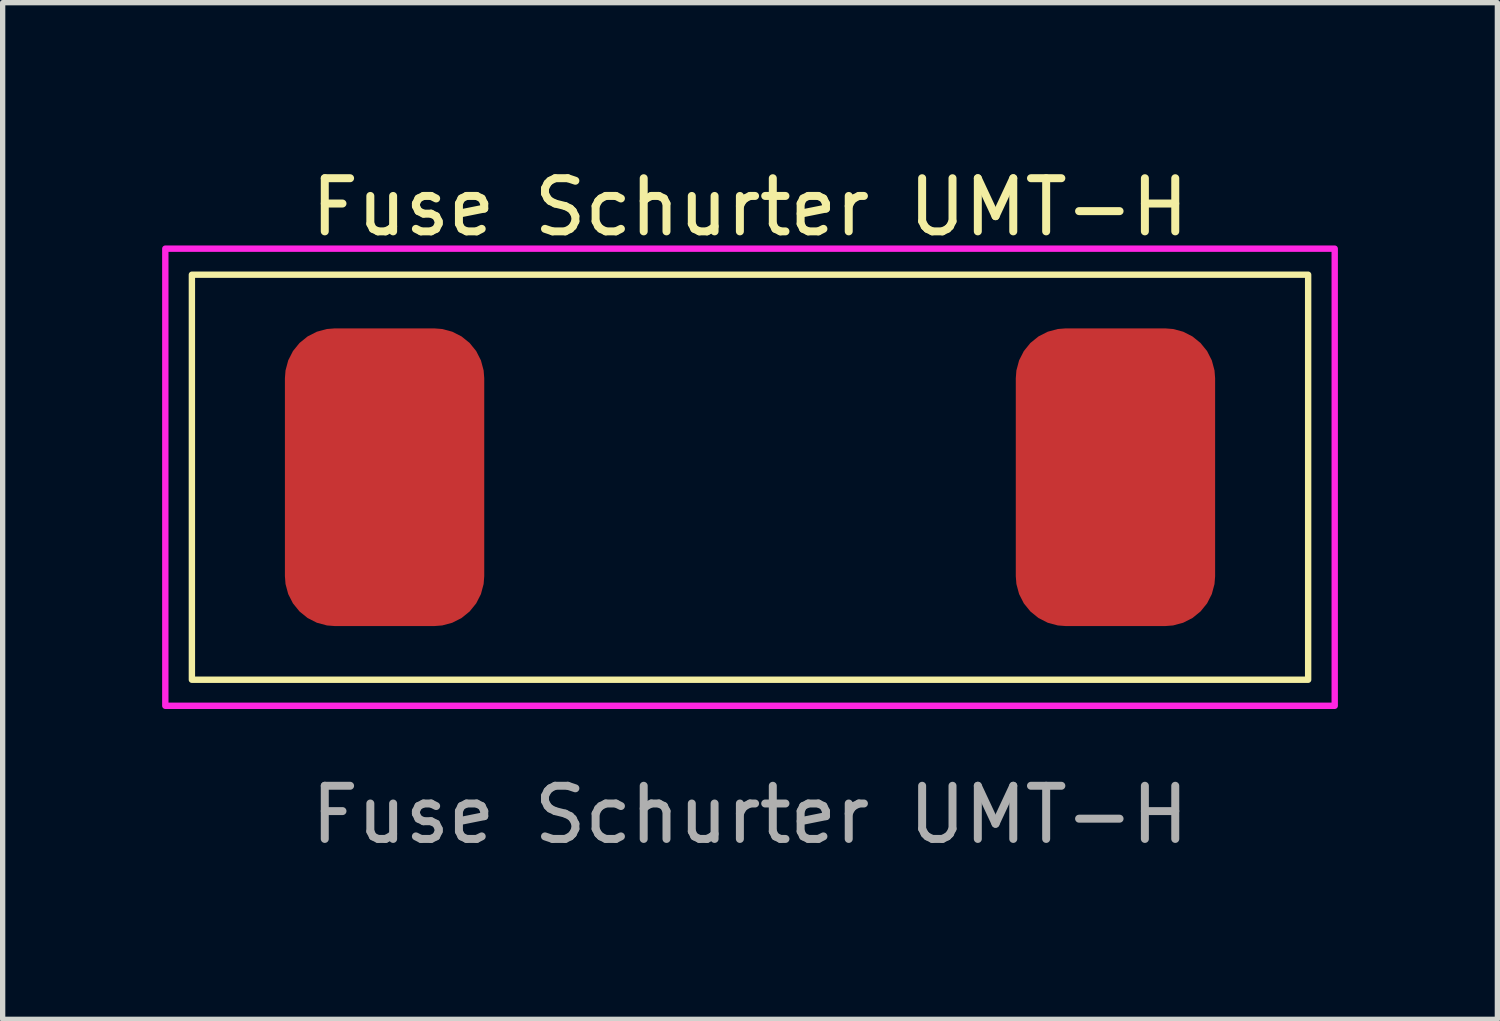
<source format=kicad_pcb>
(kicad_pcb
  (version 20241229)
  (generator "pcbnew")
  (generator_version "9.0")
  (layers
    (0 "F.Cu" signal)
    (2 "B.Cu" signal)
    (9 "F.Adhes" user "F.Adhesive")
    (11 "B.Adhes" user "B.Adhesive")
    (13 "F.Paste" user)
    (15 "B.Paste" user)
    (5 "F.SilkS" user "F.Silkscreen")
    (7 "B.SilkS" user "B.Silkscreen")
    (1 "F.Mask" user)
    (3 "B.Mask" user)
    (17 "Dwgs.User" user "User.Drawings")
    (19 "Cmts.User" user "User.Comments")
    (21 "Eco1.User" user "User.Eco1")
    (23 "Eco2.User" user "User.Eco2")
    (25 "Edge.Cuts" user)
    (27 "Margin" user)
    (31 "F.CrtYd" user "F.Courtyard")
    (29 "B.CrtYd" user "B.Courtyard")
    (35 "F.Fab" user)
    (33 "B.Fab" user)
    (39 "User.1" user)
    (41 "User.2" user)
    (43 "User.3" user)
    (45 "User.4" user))
  (footprint "Fuse Schurter UMT-H"
    (layer "F.Cu")
    (at 11.06 5.928)
    (property "Reference" "Fuse Schurter UMT-H" (at 0 -5.08 0) (unlocked yes) (layer "F.SilkS") (effects (font (size 1 1) (thickness 0.15))))
    (attr smd)
    (fp_rect (start -10.5 -3.81) (end 10.5 3.81) (stroke (width 0.12) (type default)) (fill no) (layer "F.SilkS"))
    (fp_rect (start -11 -4.3) (end 11 4.3) (stroke (width 0.12) (type default)) (fill no) (layer "F.CrtYd"))
    (fp_text user "${REFERENCE}" (at 0 6.35 0) (unlocked yes) (layer "F.Fab") (effects (font (size 1 1) (thickness 0.15))))
    (pad "1" smd roundrect (at -6.875 0) (size 3.75 5.6) (layers "F.Cu" "F.Mask" "F.Paste") (roundrect_rratio 0.25))
    (pad "2" smd roundrect (at 6.875 0) (size 3.75 5.6) (layers "F.Cu" "F.Mask" "F.Paste") (roundrect_rratio 0.25)))
  (gr_rect
    (start -3 -3)
    (end 25.12 16.127)
    (stroke (width 0.1) (type default))
    (fill no)
    (layer "Edge.Cuts")))
</source>
